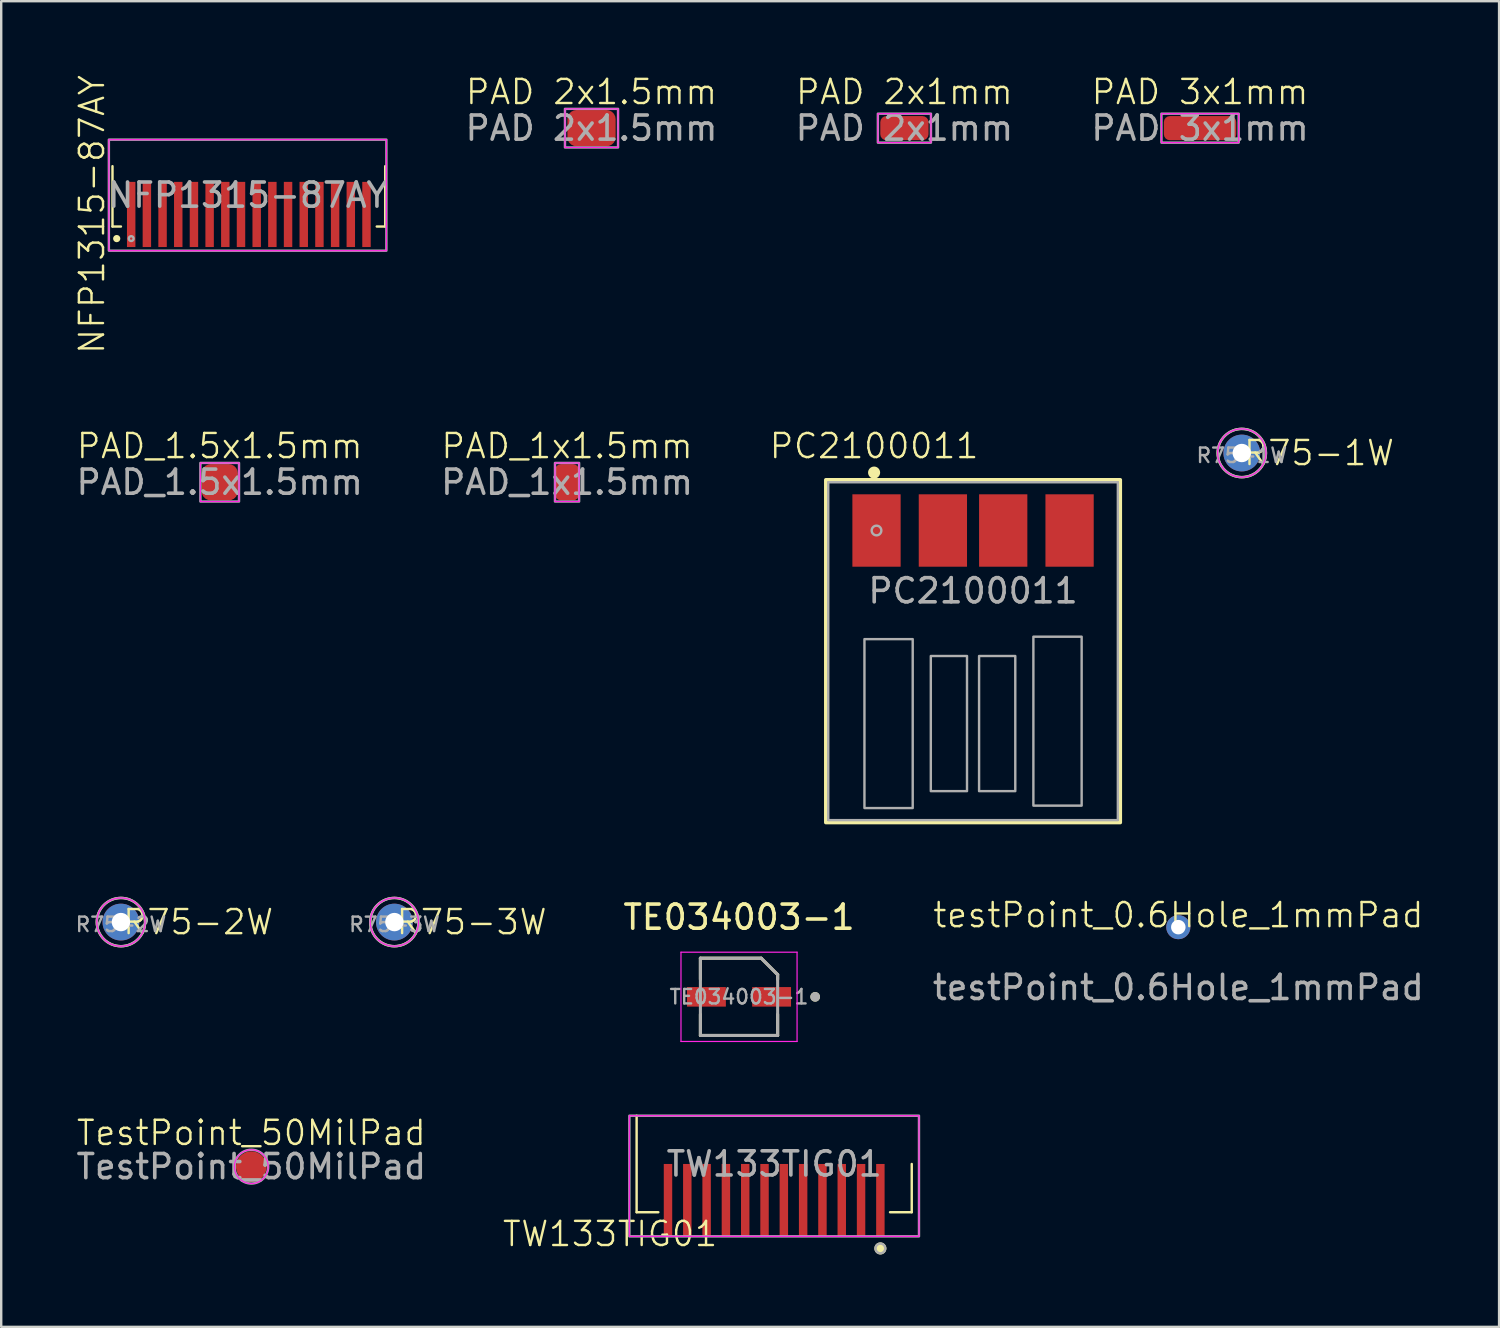
<source format=kicad_pcb>
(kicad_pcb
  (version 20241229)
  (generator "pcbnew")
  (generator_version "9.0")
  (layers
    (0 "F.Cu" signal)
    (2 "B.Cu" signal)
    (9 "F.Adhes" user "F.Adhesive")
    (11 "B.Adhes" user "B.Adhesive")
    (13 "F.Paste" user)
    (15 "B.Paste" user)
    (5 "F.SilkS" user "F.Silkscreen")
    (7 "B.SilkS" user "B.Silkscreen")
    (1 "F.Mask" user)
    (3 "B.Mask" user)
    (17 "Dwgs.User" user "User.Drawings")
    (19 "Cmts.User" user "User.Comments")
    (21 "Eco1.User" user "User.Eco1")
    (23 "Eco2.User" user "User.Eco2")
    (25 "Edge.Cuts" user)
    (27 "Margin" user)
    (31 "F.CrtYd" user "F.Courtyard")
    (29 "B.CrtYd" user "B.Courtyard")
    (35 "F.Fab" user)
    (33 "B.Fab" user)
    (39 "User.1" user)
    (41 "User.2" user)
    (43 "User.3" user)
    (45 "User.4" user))
  (footprint "R75-1W"
    (layer "F.Cu")
    (at 48.405 15.721)
    (property "Reference" "R75-1W" (at 3.2 0 0) (unlocked yes) (layer "F.SilkS") (effects (font (size 1 1) (thickness 0.1))))
    (attr through_hole)
    (fp_circle (center 0 0) (end 0 -1) (stroke (width 0.1) (type default)) (fill no) (layer "F.SilkS"))
    (fp_circle (center 0 0) (end 0 -1) (stroke (width 0.05) (type default)) (fill no) (layer "F.CrtYd"))
    (fp_circle (center 0 0) (end 0 -1) (stroke (width 0.1) (type default)) (fill no) (layer "F.Fab"))
    (fp_text user "${REFERENCE}" (at 0 0.1 0) (unlocked yes) (layer "F.Fab") (effects (font (size 0.6 0.6) (thickness 0.1) (bold yes))))
    (pad "1" thru_hole circle (at 0 0) (size 1.524 1.524) (drill 0.762) (layers "*.Cu" "*.Mask")))
  (footprint "R75-3W"
    (layer "F.Cu")
    (at 13.292 35.157)
    (property "Reference" "R75-3W" (at 3.2 0 0) (unlocked yes) (layer "F.SilkS") (effects (font (size 1 1) (thickness 0.1))))
    (attr through_hole)
    (fp_circle (center 0 0) (end 0 -1) (stroke (width 0.1) (type default)) (fill no) (layer "F.SilkS"))
    (fp_circle (center 0 0) (end 0 -1) (stroke (width 0.05) (type default)) (fill no) (layer "F.CrtYd"))
    (fp_circle (center 0 0) (end 0 -1) (stroke (width 0.1) (type default)) (fill no) (layer "F.Fab"))
    (fp_text user "${REFERENCE}" (at 0 0.1 0) (unlocked yes) (layer "F.Fab") (effects (font (size 0.6 0.6) (thickness 0.1) (bold yes))))
    (pad "1" thru_hole circle (at 0 0) (size 1.524 1.524) (drill 0.762) (layers "*.Cu" "*.Mask")))
  (footprint "testPoint_0.6Hole_1mmPad"
    (layer "F.Cu")
    (at 45.774 35.367)
    (property "Reference" "testPoint_0.6Hole_1mmPad" (at 0 -0.5 0) (unlocked yes) (layer "F.SilkS") (effects (font (size 1 1) (thickness 0.1))))
    (attr exclude_from_bom)
    (fp_text user "${REFERENCE}" (at 0 2.5 0) (unlocked yes) (layer "F.Fab") (effects (font (size 1 1) (thickness 0.15))))
    (pad "1" thru_hole circle (at 0 0) (size 1 1) (drill 0.6) (layers "*.Cu" "*.Mask")))
  (footprint "TestPoint_50MilPad"
    (layer "F.Cu")
    (at 7.363 45.291)
    (property "Reference" "TestPoint_50MilPad" (at 0 -1.4 0) (unlocked yes) (layer "F.SilkS") (effects (font (size 1 1) (thickness 0.1))))
    (attr smd exclude_from_bom)
    (fp_circle (center 0 0) (end 0.7 0) (stroke (width 0.05) (type default)) (fill no) (layer "F.CrtYd"))
    (fp_circle (center 0 0) (end 0 -0.7) (stroke (width 0.1) (type default)) (fill no) (layer "F.Fab"))
    (fp_text user "${REFERENCE}" (at 0 0 0) (unlocked yes) (layer "F.Fab") (effects (font (size 1 1) (thickness 0.15))))
    (pad "1" smd circle (at 0 0) (size 1.27 1.27) (layers "F.Cu" "F.Mask")))
  (footprint "PAD_1x1.5mm"
    (layer "F.Cu")
    (at 20.446 16.932)
    (property "Reference" "PAD_1x1.5mm" (at 0 -1.5 0) (unlocked yes) (layer "F.SilkS") (effects (font (size 1 1) (thickness 0.1))))
    (attr smd exclude_from_bom)
    (fp_rect (start -0.5 -0.8) (end 0.5 0.8) (stroke (width 0.05) (type default)) (fill no) (layer "F.CrtYd"))
    (fp_rect (start -0.5 -0.8) (end 0.5 0.8) (stroke (width 0.1) (type default)) (fill no) (layer "F.Fab"))
    (fp_text user "${REFERENCE}" (at 0 0 0) (unlocked yes) (layer "F.Fab") (effects (font (size 1 1) (thickness 0.15))))
    (pad "1" smd roundrect (at 0 0) (size 1 1.5) (layers "F.Cu" "F.Mask") (roundrect_rratio 0.25)))
  (footprint "PC2100011"
    (layer "F.Cu")
    (at 37.269 18.932)
    (property "Reference" "PC2100011" (at -4.1 -3.5 0) (unlocked yes) (layer "F.SilkS") (effects (font (size 1 1) (thickness 0.1))))
    (attr smd)
    (fp_rect (start -6.1 -2.1) (end 6.1 12.1) (stroke (width 0.15) (type default)) (fill no) (layer "F.SilkS"))
    (fp_circle (center -4.1 -2.4) (end -4.3 -2.4) (stroke (width 0.1) (type default)) (fill yes) (layer "F.SilkS"))
    (fp_rect (start -6 -2) (end 6 12) (stroke (width 0.1) (type default)) (fill no) (layer "F.Fab"))
    (fp_rect (start -4.5 4.5) (end -2.5 11.5) (stroke (width 0.1) (type default)) (fill no) (layer "F.Fab"))
    (fp_rect (start -1.75 5.2) (end -0.25 10.8) (stroke (width 0.1) (type default)) (fill no) (layer "F.Fab"))
    (fp_rect (start 0.25 5.2) (end 1.75 10.8) (stroke (width 0.1) (type default)) (fill no) (layer "F.Fab"))
    (fp_rect (start 2.5 4.4) (end 4.5 11.4) (stroke (width 0.1) (type default)) (fill no) (layer "F.Fab"))
    (fp_circle (center -4 0) (end -4.2 0) (stroke (width 0.1) (type default)) (fill no) (layer "F.Fab"))
    (fp_text user "${REFERENCE}" (at 0 2.5 0) (unlocked yes) (layer "F.Fab") (effects (font (size 1 1) (thickness 0.15))))
    (pad "1" smd rect (at -4 0 90) (size 3 2) (layers "F.Cu" "F.Mask" "F.Paste"))
    (pad "2" smd rect (at -1.25 0 90) (size 3 2) (layers "F.Cu" "F.Mask" "F.Paste"))
    (pad "3" smd rect (at 1.25 0 90) (size 3 2) (layers "F.Cu" "F.Mask" "F.Paste"))
    (pad "4" smd rect (at 4 0 90) (size 3 2) (layers "F.Cu" "F.Mask" "F.Paste")))
  (footprint "TW133TIG01"
    (layer "F.Cu")
    (at 29.029 46.68)
    (property "Reference" "TW133TIG01" (at -6.8 1.4 0) (unlocked yes) (layer "F.SilkS") (effects (font (size 1 1) (thickness 0.1))))
    (attr smd)
    (fp_line (start -5.7 0.5) (end -5.7 -3.5) (stroke (width 0.1) (type default)) (layer "F.SilkS"))
    (fp_line (start -4.8 0.5) (end -5.7 0.5) (stroke (width 0.1) (type default)) (layer "F.SilkS"))
    (fp_line (start 4.8 0.5) (end 5.7 0.5) (stroke (width 0.1) (type default)) (layer "F.SilkS"))
    (fp_line (start 5.7 0.5) (end 5.7 -1.5) (stroke (width 0.1) (type default)) (layer "F.SilkS"))
    (fp_circle (center 4.4 2) (end 4.6 2) (stroke (width 0.1) (type solid)) (fill yes) (layer "F.SilkS"))
    (fp_rect (start -6 -3.5) (end 6 1.5) (stroke (width 0.05) (type default)) (fill no) (layer "F.CrtYd"))
    (fp_rect (start -6 -3.5) (end 6 1.5) (stroke (width 0.1) (type default)) (fill no) (layer "F.Fab"))
    (fp_circle (center 4.4 2) (end 4.6 2) (stroke (width 0.1) (type solid)) (fill no) (layer "F.Fab"))
    (fp_text user "${REFERENCE}" (at 0 -1.5 0) (unlocked yes) (layer "F.Fab") (effects (font (size 1 1) (thickness 0.15))))
    (pad "1" smd rect (at 4.4 0) (size 0.35 3) (layers "F.Cu" "F.Mask" "F.Paste"))
    (pad "2" smd rect (at 3.6 0) (size 0.35 3) (layers "F.Cu" "F.Mask" "F.Paste"))
    (pad "3" smd rect (at 2.8 0) (size 0.35 3) (layers "F.Cu" "F.Mask" "F.Paste"))
    (pad "4" smd rect (at 2 0) (size 0.35 3) (layers "F.Cu" "F.Mask" "F.Paste"))
    (pad "5" smd rect (at 1.2 0) (size 0.35 3) (layers "F.Cu" "F.Mask" "F.Paste"))
    (pad "6" smd rect (at 0.4 0) (size 0.35 3) (layers "F.Cu" "F.Mask" "F.Paste"))
    (pad "7" smd rect (at -0.4 0) (size 0.35 3) (layers "F.Cu" "F.Mask" "F.Paste"))
    (pad "8" smd rect (at -1.2 0) (size 0.35 3) (layers "F.Cu" "F.Mask" "F.Paste"))
    (pad "9" smd rect (at -2 0) (size 0.35 3) (layers "F.Cu" "F.Mask" "F.Paste"))
    (pad "10" smd rect (at -2.8 0) (size 0.35 3) (layers "F.Cu" "F.Mask" "F.Paste"))
    (pad "11" smd rect (at -3.6 0) (size 0.35 3) (layers "F.Cu" "F.Mask" "F.Paste"))
    (pad "12" smd rect (at -4.4 0) (size 0.35 3) (layers "F.Cu" "F.Mask" "F.Paste")))
  (footprint "PAD 2x1mm"
    (layer "F.Cu")
    (at 34.425 2.26)
    (property "Reference" "PAD 2x1mm" (at 0 -1.5 0) (unlocked yes) (layer "F.SilkS") (effects (font (size 1 1) (thickness 0.1))))
    (attr smd exclude_from_bom)
    (fp_rect (start -1.1 -0.6) (end 1.1 0.6) (stroke (width 0.05) (type default)) (fill no) (layer "F.CrtYd"))
    (fp_rect (start -1.1 -0.6) (end 1.1 0.6) (stroke (width 0.1) (type default)) (fill no) (layer "F.Fab"))
    (fp_text user "${REFERENCE}" (at 0 0 0) (unlocked yes) (layer "F.Fab") (effects (font (size 1 1) (thickness 0.15))))
    (pad "1" smd roundrect (at 0 0) (size 2 1) (layers "F.Cu" "F.Mask") (roundrect_rratio 0.25)))
  (footprint "R75-2W"
    (layer "F.Cu")
    (at 1.961 35.157)
    (property "Reference" "R75-2W" (at 3.2 0 0) (unlocked yes) (layer "F.SilkS") (effects (font (size 1 1) (thickness 0.1))))
    (attr through_hole)
    (fp_circle (center 0 0) (end 0 -1) (stroke (width 0.1) (type default)) (fill no) (layer "F.SilkS"))
    (fp_circle (center 0 0) (end 0 -1) (stroke (width 0.05) (type default)) (fill no) (layer "F.CrtYd"))
    (fp_circle (center 0 0) (end 0 -1) (stroke (width 0.1) (type default)) (fill no) (layer "F.Fab"))
    (fp_text user "${REFERENCE}" (at 0 0.1 0) (unlocked yes) (layer "F.Fab") (effects (font (size 0.6 0.6) (thickness 0.1) (bold yes))))
    (pad "1" thru_hole circle (at 0 0) (size 1.524 1.524) (drill 0.762) (layers "*.Cu" "*.Mask")))
  (footprint "PAD 2x1.5mm"
    (layer "F.Cu")
    (at 21.46 2.26)
    (property "Reference" "PAD 2x1.5mm" (at 0 -1.5 0) (unlocked yes) (layer "F.SilkS") (effects (font (size 1 1) (thickness 0.1))))
    (attr smd exclude_from_bom)
    (fp_rect (start -1.1 -0.8) (end 1.1 0.8) (stroke (width 0.05) (type default)) (fill no) (layer "F.CrtYd"))
    (fp_rect (start -1.1 -0.8) (end 1.1 0.8) (stroke (width 0.1) (type default)) (fill no) (layer "F.Fab"))
    (fp_text user "${REFERENCE}" (at 0 0 0) (unlocked yes) (layer "F.Fab") (effects (font (size 1 1) (thickness 0.15))))
    (pad "1" smd roundrect (at 0 0) (size 2 1.5) (layers "F.Cu" "F.Mask") (roundrect_rratio 0.25)))
  (footprint "TE034003-1"
    (layer "F.Cu")
    (at 27.572 38.255)
    (property "Reference" "TE034003-1" (at 0 -3.3 0) (layer "F.SilkS") (effects (font (size 1 1) (thickness 0.15))))
    (attr smd)
    (fp_line (start -1.6 -1.6) (end -1.6 -0.725) (stroke (width 0.127) (type solid)) (layer "F.SilkS"))
    (fp_line (start -1.6 -1.6) (end 0.92 -1.6) (stroke (width 0.127) (type solid)) (layer "F.SilkS"))
    (fp_line (start -1.6 1.6) (end -1.6 0.725) (stroke (width 0.127) (type solid)) (layer "F.SilkS"))
    (fp_line (start 0.92 -1.6) (end 1.6 -0.92) (stroke (width 0.127) (type solid)) (layer "F.SilkS"))
    (fp_line (start 1.6 -0.92) (end 1.6 -0.725) (stroke (width 0.127) (type solid)) (layer "F.SilkS"))
    (fp_line (start 1.6 0.725) (end 1.6 1.6) (stroke (width 0.127) (type solid)) (layer "F.SilkS"))
    (fp_line (start 1.6 1.6) (end -1.6 1.6) (stroke (width 0.127) (type solid)) (layer "F.SilkS"))
    (fp_circle (center 3.155 0) (end 3.255 0) (stroke (width 0.2) (type solid)) (fill no) (layer "F.SilkS"))
    (fp_line (start -2.405 -1.85) (end -2.405 1.85) (stroke (width 0.05) (type solid)) (layer "F.CrtYd"))
    (fp_line (start -2.405 1.85) (end 2.405 1.85) (stroke (width 0.05) (type solid)) (layer "F.CrtYd"))
    (fp_line (start 2.405 -1.85) (end -2.405 -1.85) (stroke (width 0.05) (type solid)) (layer "F.CrtYd"))
    (fp_line (start 2.405 1.85) (end 2.405 -1.85) (stroke (width 0.05) (type solid)) (layer "F.CrtYd"))
    (fp_line (start -1.6 -1.6) (end 0.92 -1.6) (stroke (width 0.127) (type solid)) (layer "F.Fab"))
    (fp_line (start -1.6 1.6) (end -1.6 -1.6) (stroke (width 0.127) (type solid)) (layer "F.Fab"))
    (fp_line (start 0.92 -1.6) (end 1.6 -0.92) (stroke (width 0.127) (type solid)) (layer "F.Fab"))
    (fp_line (start 1.6 -0.92) (end 1.6 1.6) (stroke (width 0.127) (type solid)) (layer "F.Fab"))
    (fp_line (start 1.6 1.6) (end -1.6 1.6) (stroke (width 0.127) (type solid)) (layer "F.Fab"))
    (fp_circle (center 3.155 0) (end 3.255 0) (stroke (width 0.2) (type solid)) (fill no) (layer "F.Fab"))
    (fp_text user "${REFERENCE}" (at 0 0 0) (unlocked yes) (layer "F.Fab") (effects (font (size 0.6 0.6) (thickness 0.1) (bold yes))))
    (pad "1" smd rect (at 1.35 0) (size 1.61 0.81) (layers "F.Cu" "F.Mask" "F.Paste"))
    (pad "2" smd rect (at -1.35 0) (size 1.61 0.81) (layers "F.Cu" "F.Mask" "F.Paste")))
  (footprint "PAD_1.5x1.5mm"
    (layer "F.Cu")
    (at 6.054 16.932)
    (property "Reference" "PAD_1.5x1.5mm" (at 0 -1.5 0) (unlocked yes) (layer "F.SilkS") (effects (font (size 1 1) (thickness 0.1))))
    (attr smd exclude_from_bom)
    (fp_rect (start -0.8 -0.8) (end 0.8 0.8) (stroke (width 0.05) (type default)) (fill no) (layer "F.CrtYd"))
    (fp_rect (start -0.8 -0.8) (end 0.8 0.8) (stroke (width 0.1) (type default)) (fill no) (layer "F.Fab"))
    (fp_text user "${REFERENCE}" (at 0 0 0) (unlocked yes) (layer "F.Fab") (effects (font (size 1 1) (thickness 0.15))))
    (pad "1" smd roundrect (at 0 0) (size 1.5 1.5) (layers "F.Cu" "F.Mask") (roundrect_rratio 0.25)))
  (footprint "NFP1315-87AY"
    (layer "F.Cu")
    (at 7.261 5.836)
    (property "Reference" "NFP1315-87AY" (at -6.5 0 90) (unlocked yes) (layer "F.SilkS") (effects (font (size 1 1) (thickness 0.1))))
    (attr exclude_from_bom)
    (fp_line (start -5.65 0.5) (end -5.65 -2) (stroke (width 0.1) (type default)) (layer "F.SilkS"))
    (fp_line (start -5.65 0.5) (end -5.3 0.5) (stroke (width 0.1) (type default)) (layer "F.SilkS"))
    (fp_line (start 5.65 0.5) (end 5.3 0.5) (stroke (width 0.1) (type default)) (layer "F.SilkS"))
    (fp_line (start 5.65 0.5) (end 5.65 -2) (stroke (width 0.1) (type default)) (layer "F.SilkS"))
    (fp_circle (center -5.475 1) (end -5.575 1) (stroke (width 0.1) (type default)) (fill yes) (layer "F.SilkS"))
    (fp_rect (start -5.8 -3.1) (end 5.7 1.5) (stroke (width 0.05) (type default)) (fill no) (layer "F.CrtYd"))
    (fp_rect (start -5.8 -3.1) (end 5.7 1.5) (stroke (width 0.1) (type default)) (fill no) (layer "F.Fab"))
    (fp_circle (center -4.875 1) (end -4.975 1) (stroke (width 0.1) (type default)) (fill no) (layer "F.Fab"))
    (fp_text user "${REFERENCE}" (at -0.05 -0.8 0) (unlocked yes) (layer "F.Fab") (effects (font (size 1 1) (thickness 0.15))))
    (pad "1" smd rect (at -4.875 0) (size 0.35 2.7) (layers "F.Cu" "F.Mask" "F.Paste"))
    (pad "2" smd rect (at -4.225 0) (size 0.35 2.7) (layers "F.Cu" "F.Mask" "F.Paste"))
    (pad "3" smd rect (at -3.575 0) (size 0.35 2.7) (layers "F.Cu" "F.Mask" "F.Paste"))
    (pad "4" smd rect (at -2.925 0) (size 0.35 2.7) (layers "F.Cu" "F.Mask" "F.Paste"))
    (pad "5" smd rect (at -2.275 0) (size 0.35 2.7) (layers "F.Cu" "F.Mask" "F.Paste"))
    (pad "6" smd rect (at -1.625 0) (size 0.35 2.7) (layers "F.Cu" "F.Mask" "F.Paste"))
    (pad "7" smd rect (at -0.975 0) (size 0.35 2.7) (layers "F.Cu" "F.Mask" "F.Paste"))
    (pad "8" smd rect (at -0.325 0) (size 0.35 2.7) (layers "F.Cu" "F.Mask" "F.Paste"))
    (pad "9" smd rect (at 0.325 0) (size 0.35 2.7) (layers "F.Cu" "F.Mask" "F.Paste"))
    (pad "10" smd rect (at 0.975 0) (size 0.35 2.7) (layers "F.Cu" "F.Mask" "F.Paste"))
    (pad "11" smd rect (at 1.625 0) (size 0.35 2.7) (layers "F.Cu" "F.Mask" "F.Paste"))
    (pad "12" smd rect (at 2.275 0) (size 0.35 2.7) (layers "F.Cu" "F.Mask" "F.Paste"))
    (pad "13" smd rect (at 2.925 0) (size 0.35 2.7) (layers "F.Cu" "F.Mask" "F.Paste"))
    (pad "14" smd rect (at 3.575 0) (size 0.35 2.7) (layers "F.Cu" "F.Mask" "F.Paste"))
    (pad "15" smd rect (at 4.225 0) (size 0.35 2.7) (layers "F.Cu" "F.Mask" "F.Paste"))
    (pad "16" smd rect (at 4.875 0) (size 0.35 2.7) (layers "F.Cu" "F.Mask" "F.Paste")))
  (footprint "PAD 3x1mm"
    (layer "F.Cu")
    (at 46.675 2.26)
    (property "Reference" "PAD 3x1mm" (at 0 -1.5 0) (unlocked yes) (layer "F.SilkS") (effects (font (size 1 1) (thickness 0.1))))
    (attr smd exclude_from_bom)
    (fp_rect (start -1.6 -0.6) (end 1.6 0.6) (stroke (width 0.05) (type default)) (fill no) (layer "F.CrtYd"))
    (fp_rect (start -1.6 -0.6) (end 1.6 0.6) (stroke (width 0.1) (type default)) (fill no) (layer "F.Fab"))
    (fp_text user "${REFERENCE}" (at 0 0 0) (unlocked yes) (layer "F.Fab") (effects (font (size 1 1) (thickness 0.15))))
    (pad "1" smd roundrect (at 0 0) (size 3 1) (layers "F.Cu" "F.Mask") (roundrect_rratio 0.25)))
  (gr_rect
    (start -3 -3)
    (end 59.066 51.93)
    (stroke (width 0.1) (type default))
    (fill no)
    (layer "Edge.Cuts")))
</source>
